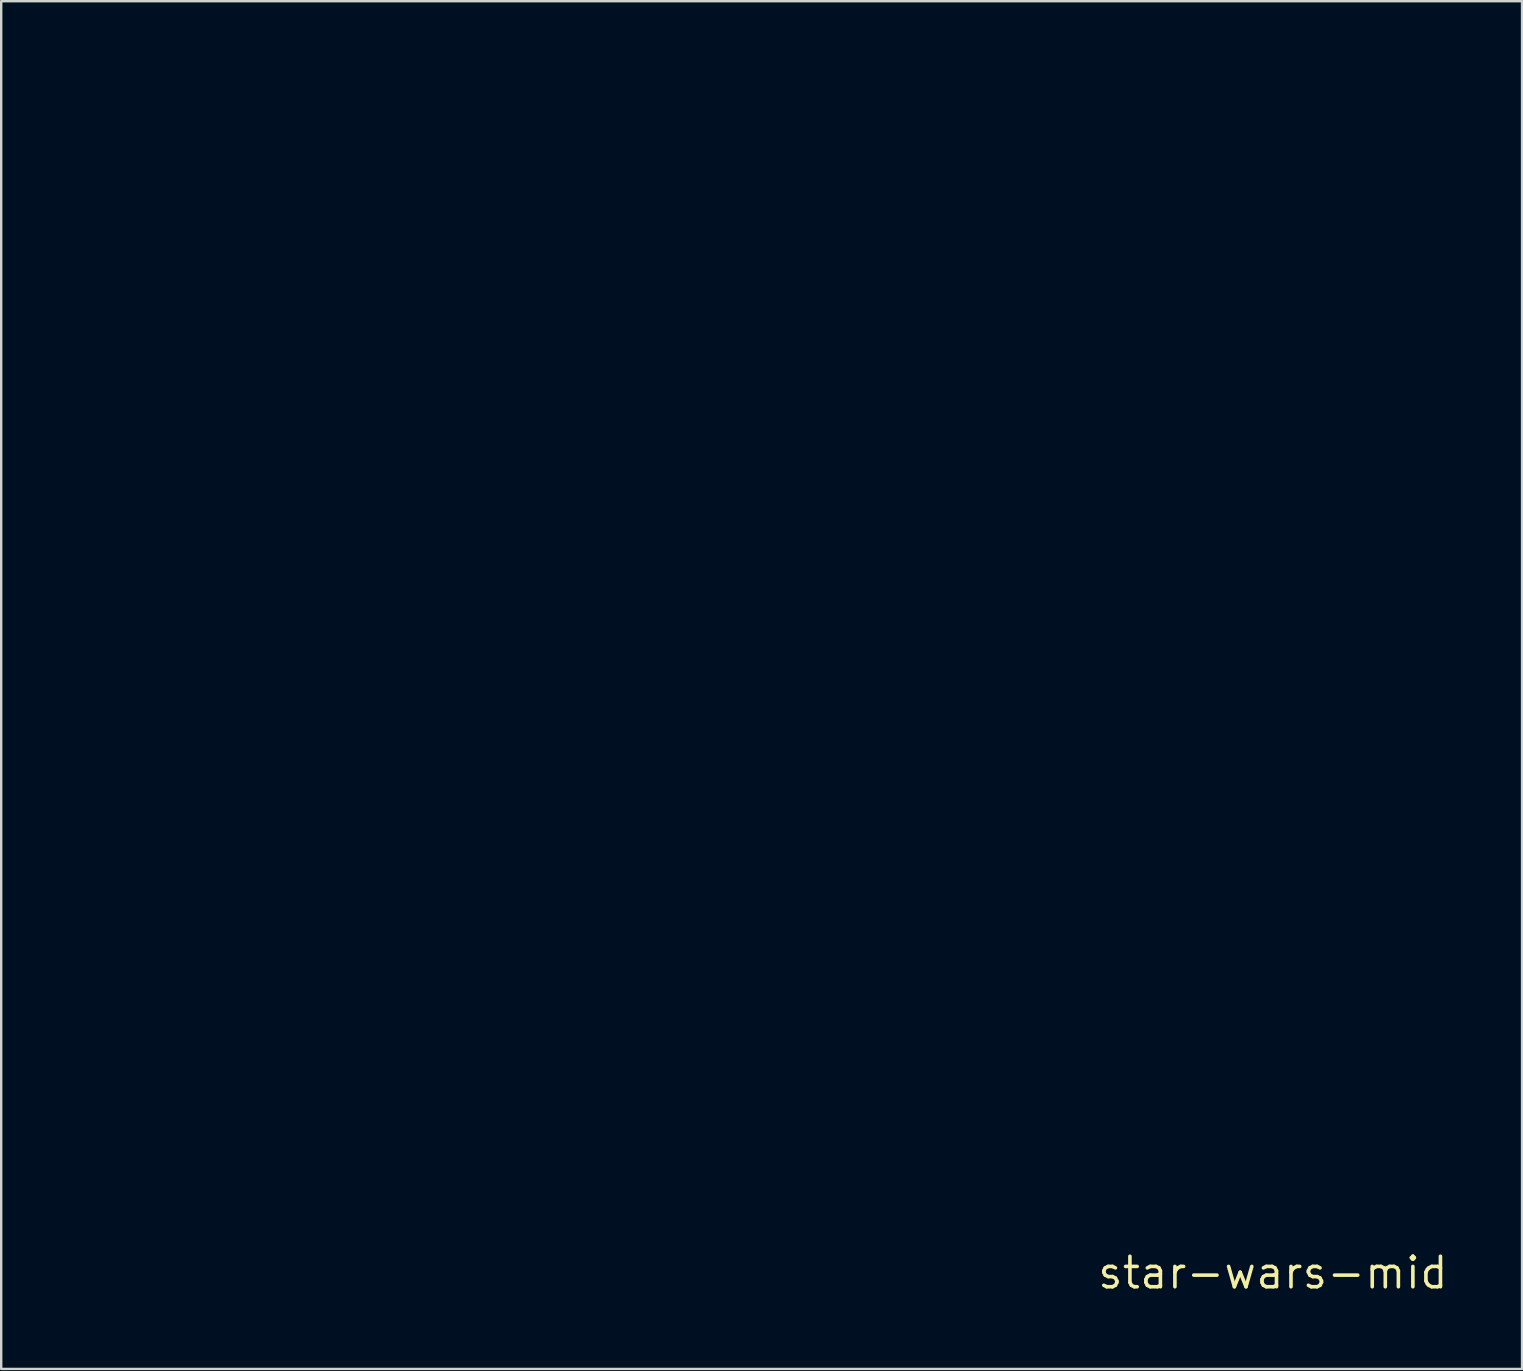
<source format=kicad_pcb>
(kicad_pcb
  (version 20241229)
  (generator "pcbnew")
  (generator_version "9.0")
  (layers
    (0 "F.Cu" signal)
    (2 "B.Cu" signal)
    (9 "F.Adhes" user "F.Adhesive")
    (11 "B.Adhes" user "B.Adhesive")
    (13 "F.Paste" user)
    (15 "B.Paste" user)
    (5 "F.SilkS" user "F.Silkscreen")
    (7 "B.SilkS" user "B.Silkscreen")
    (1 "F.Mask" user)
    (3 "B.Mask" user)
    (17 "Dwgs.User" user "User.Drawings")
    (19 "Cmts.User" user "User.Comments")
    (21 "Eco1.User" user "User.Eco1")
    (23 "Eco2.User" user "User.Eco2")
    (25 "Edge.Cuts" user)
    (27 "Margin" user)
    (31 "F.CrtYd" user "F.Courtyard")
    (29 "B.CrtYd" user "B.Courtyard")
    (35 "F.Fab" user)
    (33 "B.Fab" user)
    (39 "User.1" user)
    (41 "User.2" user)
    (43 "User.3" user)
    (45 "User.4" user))
  (footprint "star-wars-mid"
    (layer "F.Cu")
    (at 49.999 49.998)
    (property "Reference" "star-wars-mid" (at 0 0 0) (layer "F.SilkS") (effects (font (size 1.27 1.27) (thickness 0.15))))
    (attr through_hole)
    (fp_poly (pts (xy -44.675 -49.99) (xy -44.497 -49.983) (xy -44.346 -49.971) (xy -44.302 -49.965) (xy -43.846 -49.885) (xy -43.406 -49.767) (xy -42.981 -49.612) (xy -42.576 -49.422) (xy -42.191 -49.199) (xy -41.828 -48.944) (xy -41.489 -48.66) (xy -41.177 -48.347) (xy -40.893 -48.008) (xy -40.639 -47.644) (xy -40.417 -47.257) (xy -40.229 -46.849) (xy -40.077 -46.42) (xy -40.027 -46.245) (xy -39.973 -46.028) (xy -39.932 -45.827) (xy -39.901 -45.631) (xy -39.881 -45.427) (xy -39.868 -45.202) (xy -39.863 -45.043) (xy -39.862 -44.704) (xy -39.879 -44.393) (xy -39.914 -44.098) (xy -39.969 -43.807) (xy -40.047 -43.509) (xy -40.124 -43.265) (xy -40.288 -42.841) (xy -40.489 -42.436) (xy -40.728 -42.051) (xy -41.004 -41.684) (xy -41.319 -41.336) (xy -41.349 -41.306) (xy -41.621 -41.05) (xy -41.892 -40.827) (xy -42.173 -40.63) (xy -42.472 -40.452) (xy -42.704 -40.333) (xy -43.13 -40.148) (xy -43.564 -40.003) (xy -44.01 -39.899) (xy -44.196 -39.867) (xy -44.319 -39.853) (xy -44.472 -39.841) (xy -44.646 -39.832) (xy -44.828 -39.826) (xy -45.009 -39.824) (xy -45.178 -39.825) (xy -45.323 -39.83) (xy -45.413 -39.837) (xy -45.873 -39.905) (xy -46.319 -40.013) (xy -46.75 -40.158) (xy -47.164 -40.339) (xy -47.559 -40.556) (xy -47.932 -40.805) (xy -48.281 -41.087) (xy -48.605 -41.399) (xy -48.901 -41.741) (xy -49.167 -42.11) (xy -49.402 -42.505) (xy -49.445 -42.588) (xy -49.628 -42.987) (xy -49.775 -43.397) (xy -49.888 -43.825) (xy -49.934 -44.058) (xy -49.954 -44.198) (xy -49.97 -44.37) (xy -49.983 -44.562) (xy -49.991 -44.766) (xy -49.993 -44.906) (xy -49.357 -44.906) (xy -49.353 -44.7) (xy -49.343 -44.503) (xy -49.328 -44.326) (xy -49.308 -44.185) (xy -49.208 -43.745) (xy -49.072 -43.327) (xy -48.901 -42.932) (xy -48.694 -42.559) (xy -48.452 -42.209) (xy -48.173 -41.881) (xy -48.003 -41.709) (xy -47.676 -41.422) (xy -47.328 -41.171) (xy -46.961 -40.956) (xy -46.578 -40.778) (xy -46.181 -40.639) (xy -45.772 -40.539) (xy -45.354 -40.479) (xy -44.929 -40.46) (xy -44.799 -40.463) (xy -44.667 -40.469) (xy -44.527 -40.479) (xy -44.396 -40.491) (xy -44.291 -40.504) (xy -43.871 -40.586) (xy -43.462 -40.709) (xy -43.068 -40.87) (xy -42.69 -41.069) (xy -42.333 -41.302) (xy -41.999 -41.569) (xy -41.717 -41.841) (xy -41.454 -42.144) (xy -41.223 -42.465) (xy -41.018 -42.812) (xy -40.918 -43.011) (xy -40.754 -43.405) (xy -40.629 -43.811) (xy -40.544 -44.225) (xy -40.499 -44.644) (xy -40.494 -45.065) (xy -40.529 -45.485) (xy -40.603 -45.901) (xy -40.717 -46.31) (xy -40.871 -46.71) (xy -40.947 -46.874) (xy -41.156 -47.252) (xy -41.398 -47.605) (xy -41.67 -47.931) (xy -41.97 -48.228) (xy -42.297 -48.494) (xy -42.648 -48.729) (xy -43.021 -48.929) (xy -43.414 -49.095) (xy -43.825 -49.224) (xy -44.235 -49.312) (xy -44.375 -49.33) (xy -44.547 -49.342) (xy -44.739 -49.349) (xy -44.941 -49.352) (xy -45.142 -49.349) (xy -45.332 -49.341) (xy -45.5 -49.327) (xy -45.617 -49.312) (xy -46.043 -49.22) (xy -46.451 -49.09) (xy -46.841 -48.925) (xy -47.209 -48.727) (xy -47.555 -48.496) (xy -47.876 -48.236) (xy -48.171 -47.947) (xy -48.438 -47.633) (xy -48.675 -47.294) (xy -48.88 -46.932) (xy -49.052 -46.55) (xy -49.188 -46.149) (xy -49.288 -45.732) (xy -49.331 -45.46) (xy -49.346 -45.297) (xy -49.355 -45.109) (xy -49.357 -44.906) (xy -49.993 -44.906) (xy -49.994 -44.97) (xy -49.993 -45.163) (xy -49.987 -45.336) (xy -49.976 -45.469) (xy -49.903 -45.927) (xy -49.792 -46.372) (xy -49.643 -46.801) (xy -49.457 -47.212) (xy -49.238 -47.604) (xy -48.985 -47.974) (xy -48.7 -48.32) (xy -48.385 -48.64) (xy -48.042 -48.932) (xy -47.671 -49.194) (xy -47.275 -49.424) (xy -47.17 -49.477) (xy -46.834 -49.629) (xy -46.503 -49.753) (xy -46.161 -49.853) (xy -45.795 -49.933) (xy -45.741 -49.943) (xy -45.612 -49.961) (xy -45.451 -49.975) (xy -45.267 -49.985) (xy -45.069 -49.991) (xy -44.869 -49.993) (xy -44.675 -49.99)) (stroke (width 0.01) (type solid)) (fill yes) (layer "F.Mask"))
    (fp_poly (pts (xy -44.903 -48.948) (xy -44.901 -48.924) (xy -44.899 -48.861) (xy -44.896 -48.761) (xy -44.892 -48.626) (xy -44.887 -48.459) (xy -44.882 -48.262) (xy -44.876 -48.039) (xy -44.869 -47.791) (xy -44.862 -47.521) (xy -44.855 -47.233) (xy -44.847 -46.927) (xy -44.839 -46.607) (xy -44.832 -46.291) (xy -44.823 -45.96) (xy -44.815 -45.639) (xy -44.808 -45.332) (xy -44.8 -45.041) (xy -44.794 -44.768) (xy -44.787 -44.518) (xy -44.781 -44.291) (xy -44.776 -44.091) (xy -44.772 -43.92) (xy -44.768 -43.782) (xy -44.765 -43.678) (xy -44.763 -43.611) (xy -44.762 -43.585) (xy -44.759 -43.563) (xy -44.752 -43.554) (xy -44.738 -43.561) (xy -44.714 -43.587) (xy -44.676 -43.636) (xy -44.624 -43.711) (xy -44.552 -43.815) (xy -44.495 -43.898) (xy -44.419 -44.01) (xy -44.351 -44.108) (xy -44.294 -44.187) (xy -44.252 -44.244) (xy -44.228 -44.272) (xy -44.225 -44.274) (xy -44.229 -44.252) (xy -44.246 -44.197) (xy -44.273 -44.112) (xy -44.31 -44.005) (xy -44.354 -43.88) (xy -44.385 -43.792) (xy -44.432 -43.66) (xy -44.474 -43.54) (xy -44.508 -43.441) (xy -44.532 -43.366) (xy -44.545 -43.322) (xy -44.547 -43.312) (xy -44.524 -43.307) (xy -44.466 -43.296) (xy -44.377 -43.282) (xy -44.263 -43.264) (xy -44.13 -43.244) (xy -44.007 -43.226) (xy -43.863 -43.205) (xy -43.734 -43.185) (xy -43.625 -43.167) (xy -43.542 -43.152) (xy -43.491 -43.142) (xy -43.476 -43.137) (xy -43.496 -43.131) (xy -43.552 -43.12) (xy -43.639 -43.105) (xy -43.749 -43.087) (xy -43.878 -43.067) (xy -43.958 -43.056) (xy -44.099 -43.035) (xy -44.229 -43.016) (xy -44.341 -42.999) (xy -44.428 -42.986) (xy -44.483 -42.977) (xy -44.497 -42.974) (xy -44.554 -42.963) (xy -44.354 -42.564) (xy -44.294 -42.444) (xy -44.242 -42.337) (xy -44.199 -42.247) (xy -44.169 -42.182) (xy -44.155 -42.147) (xy -44.154 -42.144) (xy -44.167 -42.15) (xy -44.204 -42.182) (xy -44.258 -42.235) (xy -44.325 -42.303) (xy -44.328 -42.307) (xy -44.412 -42.396) (xy -44.5 -42.488) (xy -44.58 -42.572) (xy -44.625 -42.619) (xy -44.746 -42.746) (xy -44.735 -42.376) (xy -44.73 -42.216) (xy -44.725 -42.034) (xy -44.719 -41.85) (xy -44.713 -41.683) (xy -44.712 -41.64) (xy -44.699 -41.274) (xy -44.622 -41.32) (xy -44.297 -41.535) (xy -44.009 -41.765) (xy -43.76 -42.011) (xy -43.548 -42.273) (xy -43.375 -42.548) (xy -43.241 -42.837) (xy -43.147 -43.139) (xy -43.092 -43.453) (xy -43.079 -43.778) (xy -43.082 -43.868) (xy -43.117 -44.185) (xy -43.189 -44.511) (xy -43.294 -44.834) (xy -43.422 -45.129) (xy -43.462 -45.212) (xy -43.494 -45.28) (xy -43.514 -45.325) (xy -43.519 -45.338) (xy -43.506 -45.358) (xy -43.474 -45.406) (xy -43.425 -45.473) (xy -43.366 -45.553) (xy -43.362 -45.557) (xy -43.213 -45.772) (xy -43.068 -46.011) (xy -42.937 -46.258) (xy -42.863 -46.417) (xy -42.749 -46.716) (xy -42.676 -47.005) (xy -42.642 -47.281) (xy -42.649 -47.546) (xy -42.696 -47.798) (xy -42.783 -48.037) (xy -42.804 -48.08) (xy -42.88 -48.213) (xy -42.98 -48.354) (xy -43.091 -48.49) (xy -43.202 -48.604) (xy -43.22 -48.62) (xy -43.274 -48.67) (xy -43.309 -48.707) (xy -43.319 -48.725) (xy -43.318 -48.725) (xy -43.286 -48.712) (xy -43.23 -48.675) (xy -43.155 -48.619) (xy -43.067 -48.55) (xy -42.974 -48.471) (xy -42.88 -48.389) (xy -42.792 -48.309) (xy -42.764 -48.282) (xy -42.488 -47.989) (xy -42.252 -47.688) (xy -42.057 -47.377) (xy -41.9 -47.056) (xy -41.782 -46.721) (xy -41.706 -46.408) (xy -41.687 -46.267) (xy -41.674 -46.097) (xy -41.669 -45.911) (xy -41.672 -45.724) (xy -41.682 -45.547) (xy -41.699 -45.395) (xy -41.706 -45.35) (xy -41.77 -45.072) (xy -41.856 -44.786) (xy -41.959 -44.508) (xy -42.073 -44.252) (xy -42.113 -44.175) (xy -42.186 -44.037) (xy -42.111 -44.122) (xy -42.069 -44.173) (xy -42.011 -44.25) (xy -41.946 -44.34) (xy -41.887 -44.427) (xy -41.697 -44.737) (xy -41.547 -45.045) (xy -41.438 -45.35) (xy -41.369 -45.651) (xy -41.342 -45.947) (xy -41.355 -46.237) (xy -41.41 -46.52) (xy -41.462 -46.686) (xy -41.492 -46.769) (xy -41.518 -46.84) (xy -41.536 -46.888) (xy -41.538 -46.895) (xy -41.547 -46.927) (xy -41.54 -46.925) (xy -41.518 -46.896) (xy -41.486 -46.842) (xy -41.446 -46.769) (xy -41.401 -46.682) (xy -41.369 -46.618) (xy -41.24 -46.32) (xy -41.138 -46.013) (xy -41.071 -45.731) (xy -41.053 -45.601) (xy -41.04 -45.441) (xy -41.032 -45.262) (xy -41.029 -45.074) (xy -41.032 -44.888) (xy -41.04 -44.712) (xy -41.053 -44.559) (xy -41.07 -44.439) (xy -41.141 -44.16) (xy -41.242 -43.867) (xy -41.368 -43.573) (xy -41.514 -43.29) (xy -41.652 -43.064) (xy -41.763 -42.894) (xy -41.664 -43) (xy -41.558 -43.126) (xy -41.447 -43.284) (xy -41.335 -43.464) (xy -41.23 -43.657) (xy -41.135 -43.852) (xy -41.075 -43.995) (xy -41.035 -44.091) (xy -41.007 -44.147) (xy -40.99 -44.163) (xy -40.985 -44.139) (xy -40.992 -44.075) (xy -41.011 -43.973) (xy -41.042 -43.832) (xy -41.053 -43.782) (xy -41.118 -43.553) (xy -41.207 -43.305) (xy -41.317 -43.048) (xy -41.442 -42.794) (xy -41.577 -42.552) (xy -41.717 -42.334) (xy -41.767 -42.264) (xy -41.988 -42) (xy -42.242 -41.76) (xy -42.527 -41.546) (xy -42.839 -41.358) (xy -43.176 -41.198) (xy -43.536 -41.068) (xy -43.914 -40.969) (xy -44.31 -40.902) (xy -44.376 -40.894) (xy -44.483 -40.886) (xy -44.622 -40.88) (xy -44.781 -40.877) (xy -44.949 -40.876) (xy -45.115 -40.879) (xy -45.269 -40.883) (xy -45.398 -40.89) (xy -45.466 -40.896) (xy -45.793 -40.947) (xy -46.124 -41.023) (xy -46.446 -41.122) (xy -46.747 -41.238) (xy -46.894 -41.307) (xy -47.204 -41.484) (xy -47.494 -41.697) (xy -47.763 -41.943) (xy -48.007 -42.218) (xy -48.226 -42.521) (xy -48.417 -42.848) (xy -48.578 -43.196) (xy -48.707 -43.562) (xy -48.8 -43.937) (xy -48.819 -44.044) (xy -48.827 -44.115) (xy -48.824 -44.148) (xy -48.81 -44.143) (xy -48.786 -44.099) (xy -48.769 -44.058) (xy -48.688 -43.87) (xy -48.593 -43.676) (xy -48.49 -43.485) (xy -48.382 -43.305) (xy -48.275 -43.146) (xy -48.175 -43.015) (xy -48.144 -42.979) (xy -48.104 -42.936) (xy -48.082 -42.914) (xy -48.078 -42.916) (xy -48.094 -42.945) (xy -48.131 -43.003) (xy -48.186 -43.088) (xy -48.37 -43.406) (xy -48.528 -43.744) (xy -48.635 -44.037) (xy -47.646 -44.037) (xy -47.636 -44.027) (xy -47.625 -44.037) (xy -47.636 -44.048) (xy -47.646 -44.037) (xy -48.635 -44.037) (xy -48.654 -44.091) (xy -48.739 -44.408) (xy -48.753 -44.476) (xy -48.763 -44.548) (xy -48.77 -44.631) (xy -48.774 -44.732) (xy -48.777 -44.857) (xy -48.778 -45.015) (xy -48.778 -45.085) (xy -48.777 -45.252) (xy -48.775 -45.384) (xy -48.772 -45.49) (xy -48.766 -45.577) (xy -48.757 -45.652) (xy -48.745 -45.725) (xy -48.73 -45.799) (xy -48.64 -46.139) (xy -48.522 -46.459) (xy -48.438 -46.644) (xy -48.383 -46.753) (xy -48.339 -46.833) (xy -48.308 -46.883) (xy -48.291 -46.9) (xy -48.29 -46.884) (xy -48.305 -46.833) (xy -48.336 -46.751) (xy -48.402 -46.563) (xy -48.445 -46.381) (xy -48.466 -46.189) (xy -48.471 -46.02) (xy -48.461 -45.777) (xy -48.429 -45.551) (xy -48.372 -45.323) (xy -48.353 -45.259) (xy -48.289 -45.087) (xy -48.203 -44.899) (xy -48.102 -44.704) (xy -47.991 -44.514) (xy -47.877 -44.34) (xy -47.765 -44.192) (xy -47.732 -44.154) (xy -47.647 -44.058) (xy -47.772 -44.323) (xy -47.927 -44.689) (xy -48.041 -45.054) (xy -48.116 -45.416) (xy -48.151 -45.773) (xy -48.146 -46.124) (xy -48.101 -46.466) (xy -48.057 -46.653) (xy -47.949 -46.981) (xy -47.8 -47.303) (xy -47.615 -47.616) (xy -47.395 -47.914) (xy -47.144 -48.193) (xy -47.129 -48.208) (xy -47.052 -48.283) (xy -46.962 -48.365) (xy -46.867 -48.448) (xy -46.772 -48.529) (xy -46.683 -48.602) (xy -46.605 -48.662) (xy -46.545 -48.705) (xy -46.509 -48.725) (xy -46.505 -48.726) (xy -46.513 -48.712) (xy -46.547 -48.673) (xy -46.6 -48.616) (xy -46.669 -48.544) (xy -46.694 -48.519) (xy -46.785 -48.424) (xy -46.853 -48.347) (xy -46.906 -48.275) (xy -46.953 -48.198) (xy -46.997 -48.111) (xy -47.094 -47.88) (xy -47.154 -47.656) (xy -47.177 -47.431) (xy -47.166 -47.194) (xy -47.162 -47.156) (xy -47.099 -46.841) (xy -46.995 -46.522) (xy -46.85 -46.197) (xy -46.662 -45.866) (xy -46.433 -45.53) (xy -46.428 -45.523) (xy -46.29 -45.337) (xy -46.363 -45.206) (xy -46.459 -45.007) (xy -46.547 -44.78) (xy -46.622 -44.535) (xy -46.682 -44.287) (xy -46.722 -44.048) (xy -46.733 -43.949) (xy -46.741 -43.628) (xy -46.711 -43.321) (xy -46.641 -43.024) (xy -46.53 -42.732) (xy -46.409 -42.494) (xy -46.246 -42.245) (xy -46.048 -42.003) (xy -45.822 -41.773) (xy -45.574 -41.565) (xy -45.311 -41.383) (xy -45.29 -41.371) (xy -45.217 -41.327) (xy -45.159 -41.295) (xy -45.124 -41.279) (xy -45.117 -41.278) (xy -45.115 -41.3) (xy -45.112 -41.36) (xy -45.109 -41.452) (xy -45.105 -41.572) (xy -45.101 -41.714) (xy -45.097 -41.875) (xy -45.094 -42.013) (xy -45.079 -42.741) (xy -45.371 -42.431) (xy -45.459 -42.337) (xy -45.538 -42.256) (xy -45.603 -42.191) (xy -45.648 -42.147) (xy -45.67 -42.129) (xy -45.671 -42.129) (xy -45.665 -42.15) (xy -45.642 -42.203) (xy -45.605 -42.282) (xy -45.557 -42.382) (xy -45.5 -42.498) (xy -45.477 -42.545) (xy -45.417 -42.665) (xy -45.366 -42.772) (xy -45.324 -42.86) (xy -45.296 -42.924) (xy -45.283 -42.958) (xy -45.283 -42.962) (xy -45.306 -42.968) (xy -45.365 -42.978) (xy -45.454 -42.993) (xy -45.568 -43.011) (xy -45.701 -43.032) (xy -45.814 -43.048) (xy -45.956 -43.07) (xy -46.084 -43.09) (xy -46.191 -43.108) (xy -46.272 -43.122) (xy -46.321 -43.132) (xy -46.334 -43.137) (xy -46.314 -43.143) (xy -46.258 -43.155) (xy -46.171 -43.17) (xy -46.06 -43.188) (xy -45.93 -43.208) (xy -45.842 -43.221) (xy -45.7 -43.242) (xy -45.571 -43.261) (xy -45.46 -43.278) (xy -45.374 -43.292) (xy -45.32 -43.302) (xy -45.306 -43.305) (xy -45.293 -43.311) (xy -45.285 -43.322) (xy -45.284 -43.343) (xy -45.291 -43.38) (xy -45.308 -43.437) (xy -45.335 -43.52) (xy -45.375 -43.632) (xy -45.427 -43.779) (xy -45.428 -43.781) (xy -45.475 -43.914) (xy -45.516 -44.033) (xy -45.55 -44.133) (xy -45.574 -44.209) (xy -45.587 -44.254) (xy -45.588 -44.264) (xy -45.575 -44.253) (xy -45.542 -44.211) (xy -45.492 -44.144) (xy -45.43 -44.056) (xy -45.358 -43.952) (xy -45.328 -43.909) (xy -45.244 -43.785) (xy -45.181 -43.694) (xy -45.135 -43.63) (xy -45.104 -43.591) (xy -45.083 -43.573) (xy -45.071 -43.572) (xy -45.063 -43.584) (xy -45.06 -43.595) (xy -45.058 -43.624) (xy -45.054 -43.693) (xy -45.051 -43.798) (xy -45.046 -43.937) (xy -45.041 -44.108) (xy -45.035 -44.307) (xy -45.028 -44.532) (xy -45.022 -44.779) (xy -45.015 -45.047) (xy -45.008 -45.333) (xy -45 -45.633) (xy -44.993 -45.945) (xy -44.991 -46.038) (xy -44.981 -46.473) (xy -44.972 -46.868) (xy -44.963 -47.224) (xy -44.955 -47.542) (xy -44.948 -47.823) (xy -44.941 -48.069) (xy -44.935 -48.281) (xy -44.93 -48.462) (xy -44.925 -48.611) (xy -44.92 -48.731) (xy -44.916 -48.824) (xy -44.912 -48.89) (xy -44.908 -48.931) (xy -44.905 -48.949) (xy -44.903 -48.948)) (stroke (width 0.01) (type solid)) (fill yes) (layer "F.Mask")))
  (gr_rect
    (start -3 -3)
    (end 60.385 54.004)
    (stroke (width 0.1) (type default))
    (fill no)
    (layer "Edge.Cuts")))
</source>
